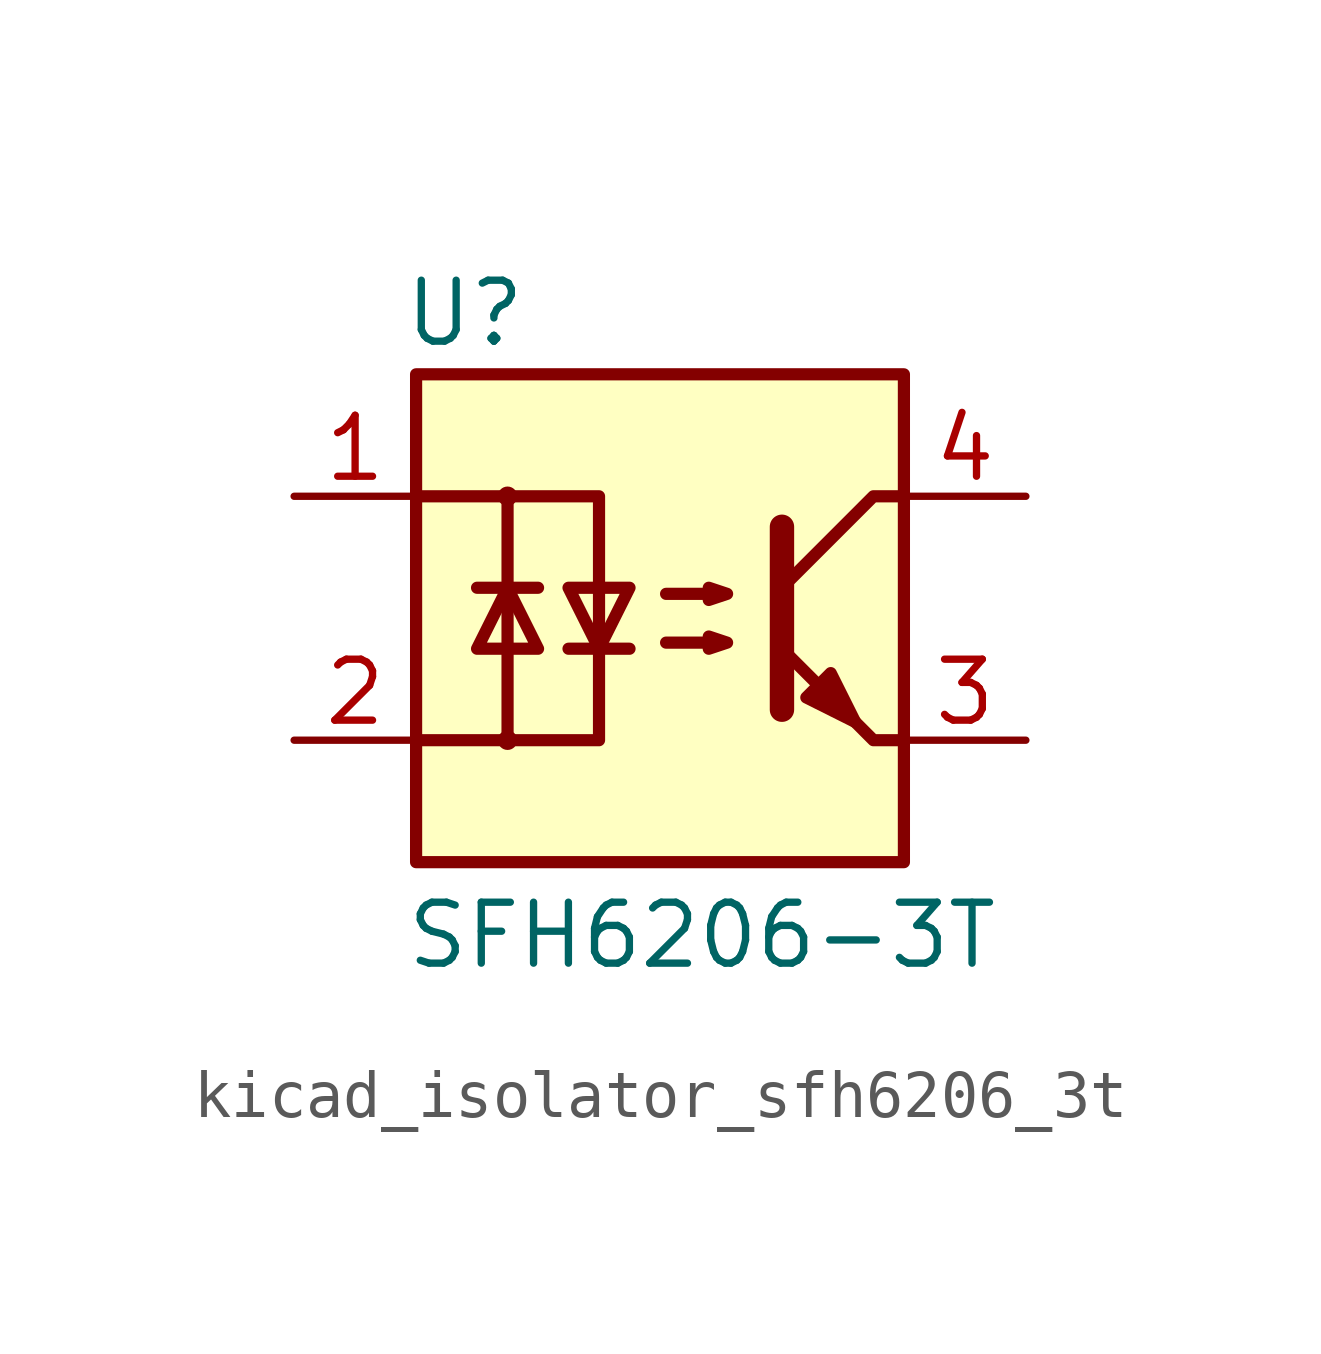
<source format=kicad_sym>
(kicad_symbol_lib
  (version 20220914)
  (generator kicad_symbol_editor)
  (symbol "kicad_isolator_sfh6206_3t"
    (pin_names
      (offset 1.016))
    (property "Reference" "U"
      (at -4.064 6.35 0)
      (effects (font (size 1.27 1.27))))
    (property "Value" "SFH6206-3T"
      (at -5.334 -6.604 0)
      (effects (font (size 1.27 1.27)) (justify left)))
    (symbol "kicad_isolator_sfh6206_3t_1_1"
      (rectangle (start -5.08 5.08) (end 5.08 -5.08) (stroke (width 0.254) (type default)) (fill (type background)))
      (circle (center -3.175 -2.54) (radius 0.127) (stroke (width 0) (type default)) (fill (type none)))
      (circle (center -3.175 2.54) (radius 0.127) (stroke (width 0) (type default)) (fill (type none)))
      (polyline (pts (xy -3.81 0.635) (xy -2.54 0.635)) (stroke (width 0.254) (type default)) (fill (type none)))
      (polyline (pts (xy -1.905 -0.635) (xy -0.635 -0.635)) (stroke (width 0.254) (type default)) (fill (type none)))
      (polyline (pts (xy 2.54 1.905) (xy 2.54 -1.905) (xy 2.54 -1.905)) (stroke (width 0.508) (type default)) (fill (type none)))
      (polyline (pts (xy 5.08 -2.54) (xy 4.445 -2.54) (xy 2.54 -0.635)) (stroke (width 0.254) (type default)) (fill (type none)))
      (polyline (pts (xy 5.08 2.54) (xy 4.445 2.54) (xy 2.54 0.635)) (stroke (width 0.254) (type default)) (fill (type none)))
      (polyline (pts (xy -5.08 2.54) (xy -3.175 2.54) (xy -3.175 -2.54) (xy -5.08 -2.54)) (stroke (width 0.254) (type default)) (fill (type none)))
      (polyline (pts (xy -3.175 -2.54) (xy -1.27 -2.54) (xy -1.27 2.54) (xy -3.175 2.54)) (stroke (width 0.254) (type default)) (fill (type none)))
      (polyline (pts (xy -3.175 0.635) (xy -3.81 -0.635) (xy -2.54 -0.635) (xy -3.175 0.635)) (stroke (width 0.254) (type default)) (fill (type none)))
      (polyline (pts (xy -1.27 -0.635) (xy -1.905 0.635) (xy -0.635 0.635) (xy -1.27 -0.635)) (stroke (width 0.254) (type default)) (fill (type none)))
      (polyline (pts (xy 0.127 -0.508) (xy 1.397 -0.508) (xy 1.016 -0.635) (xy 1.016 -0.381) (xy 1.397 -0.508)) (stroke (width 0.254) (type default)) (fill (type none)))
      (polyline (pts (xy 0.127 0.508) (xy 1.397 0.508) (xy 1.016 0.381) (xy 1.016 0.635) (xy 1.397 0.508)) (stroke (width 0.254) (type default)) (fill (type none)))
      (polyline (pts (xy 3.048 -1.651) (xy 3.556 -1.143) (xy 4.064 -2.159) (xy 3.048 -1.651) (xy 3.048 -1.651)) (stroke (width 0.254) (type default)) (fill (type outline)))
      (pin passive line (at -7.62 2.54 0) (length 2.54) (name "~" (effects (font (size 1.27 1.27)))) (number "1" (effects (font (size 1.27 1.27)))))
      (pin passive line (at -7.62 -2.54 0) (length 2.54) (name "~" (effects (font (size 1.27 1.27)))) (number "2" (effects (font (size 1.27 1.27)))))
      (pin passive line (at 7.62 -2.54 180) (length 2.54) (name "~" (effects (font (size 1.27 1.27)))) (number "3" (effects (font (size 1.27 1.27)))))
      (pin passive line (at 7.62 2.54 180) (length 2.54) (name "~" (effects (font (size 1.27 1.27)))) (number "4" (effects (font (size 1.27 1.27))))))))
</source>
